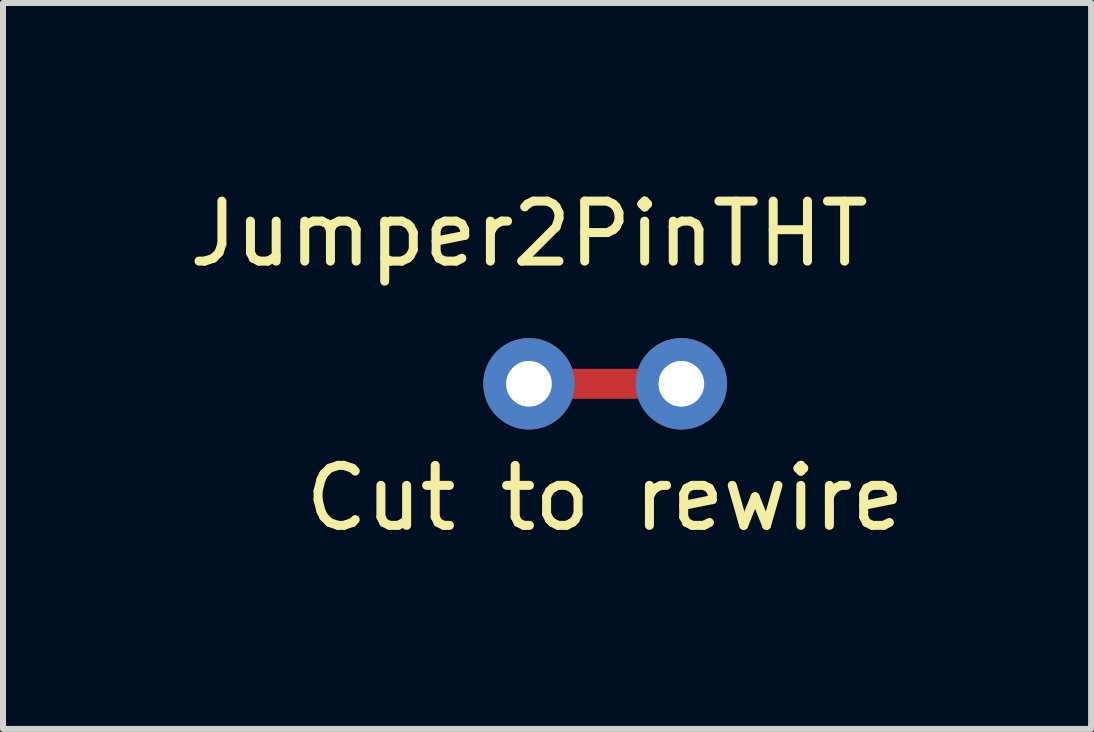
<source format=kicad_pcb>
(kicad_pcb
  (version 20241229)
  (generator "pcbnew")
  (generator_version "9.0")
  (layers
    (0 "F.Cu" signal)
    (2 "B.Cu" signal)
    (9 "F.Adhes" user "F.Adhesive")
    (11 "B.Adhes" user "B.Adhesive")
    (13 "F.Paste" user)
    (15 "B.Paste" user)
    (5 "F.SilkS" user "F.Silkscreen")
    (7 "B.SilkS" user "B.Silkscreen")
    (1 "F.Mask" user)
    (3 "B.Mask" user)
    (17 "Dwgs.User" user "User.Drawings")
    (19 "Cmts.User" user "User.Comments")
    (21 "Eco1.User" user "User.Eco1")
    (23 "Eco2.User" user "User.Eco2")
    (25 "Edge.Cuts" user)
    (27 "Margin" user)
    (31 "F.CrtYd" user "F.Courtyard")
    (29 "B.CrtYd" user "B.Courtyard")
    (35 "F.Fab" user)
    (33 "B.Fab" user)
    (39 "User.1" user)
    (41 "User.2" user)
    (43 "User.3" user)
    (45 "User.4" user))
  (footprint "Jumper2PinTHT"
    (layer "F.Cu")
    (at 5.768 3.348)
    (property "Reference" "Jumper2PinTHT" (at 0 -2.5 0) (layer "F.SilkS") (effects (font (size 1 1) (thickness 0.15))))
    (attr through_hole)
    (fp_line (start 0 0) (end 2.5 0) (stroke (width 0.5) (type solid)) (layer "F.Cu"))
    (fp_line (start 2.5 0) (end 0 0) (stroke (width 0.12) (type solid)) (layer "F.Cu"))
    (fp_text user "Cut to rewire" (at 1.27 1.905 0) (layer "F.SilkS") (effects (font (size 1 1) (thickness 0.15))))
    (pad "1" thru_hole circle (at 0 0) (size 1.524 1.524) (drill 0.762) (layers "*.Cu" "*.Mask"))
    (pad "2" thru_hole circle (at 2.54 0) (size 1.524 1.524) (drill 0.762) (layers "*.Cu" "*.Mask")))
  (gr_rect
    (start -3 -3)
    (end 15.139 9.101)
    (stroke (width 0.1) (type default))
    (fill no)
    (layer "Edge.Cuts")))
</source>
